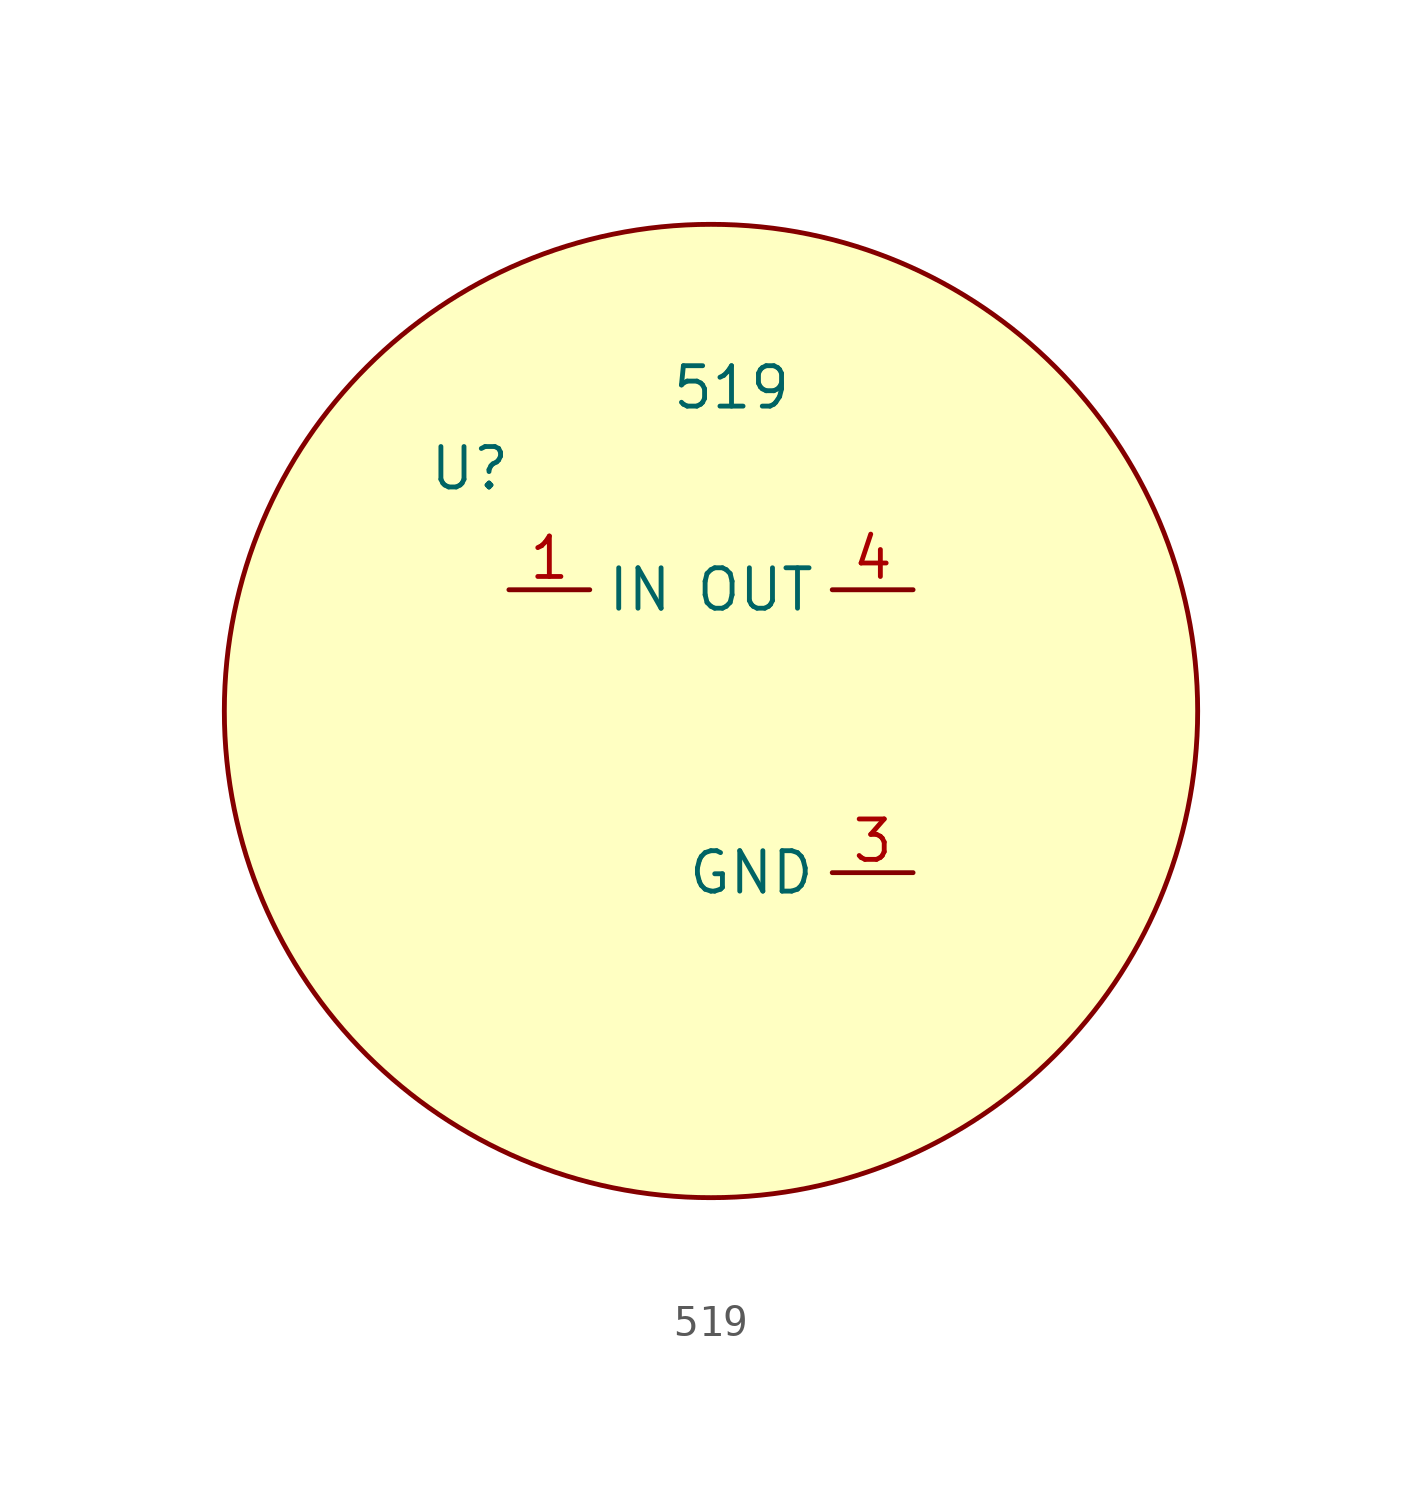
<source format=kicad_sym>
(kicad_symbol_lib
  (version 20211014)
  (generator kicad_symbol_editor)
  (symbol "519"
    (property "Reference" "U"
      (at -8.89 7.62 0)
      (effects (font (size 1.27 1.27)) (justify left)))
    (property "Value" "519"
      (at -1.27 10.16 0)
      (effects (font (size 1.27 1.27)) (justify left)))
    (symbol "519_1_1"
      (circle (center 0 0) (radius 15.293) (stroke (width 0) (type default) (color 0 0 0 0)) (fill (type background)))
      (pin power_in line (at -6.35 3.81 0) (length 2.54) (name "IN" (effects (font (size 1.27 1.27)))) (number "1" (effects (font (size 1.27 1.27)))))
      (pin power_in line (at 6.35 -5.08 180) (length 2.54) (name "GND" (effects (font (size 1.27 1.27)))) (number "3" (effects (font (size 1.27 1.27)))))
      (pin output line (at 6.35 3.81 180) (length 2.54) (name "OUT" (effects (font (size 1.27 1.27)))) (number "4" (effects (font (size 1.27 1.27))))))))
</source>
